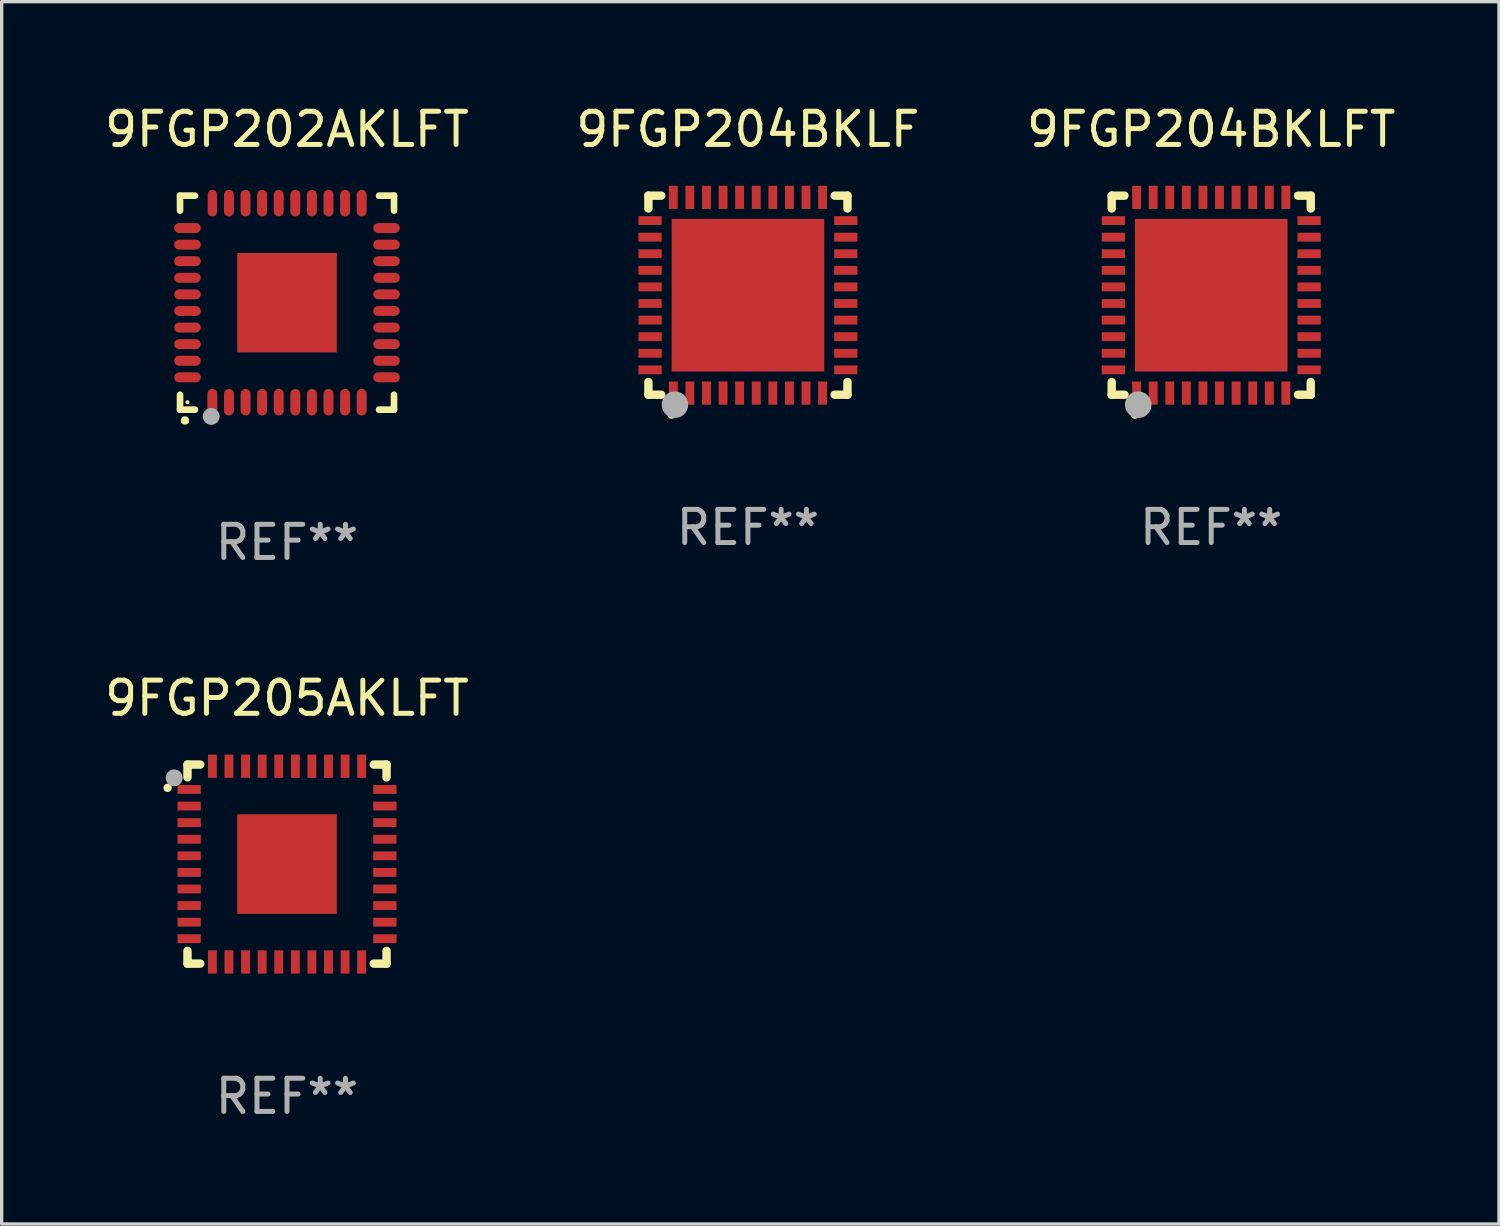
<source format=kicad_pcb>
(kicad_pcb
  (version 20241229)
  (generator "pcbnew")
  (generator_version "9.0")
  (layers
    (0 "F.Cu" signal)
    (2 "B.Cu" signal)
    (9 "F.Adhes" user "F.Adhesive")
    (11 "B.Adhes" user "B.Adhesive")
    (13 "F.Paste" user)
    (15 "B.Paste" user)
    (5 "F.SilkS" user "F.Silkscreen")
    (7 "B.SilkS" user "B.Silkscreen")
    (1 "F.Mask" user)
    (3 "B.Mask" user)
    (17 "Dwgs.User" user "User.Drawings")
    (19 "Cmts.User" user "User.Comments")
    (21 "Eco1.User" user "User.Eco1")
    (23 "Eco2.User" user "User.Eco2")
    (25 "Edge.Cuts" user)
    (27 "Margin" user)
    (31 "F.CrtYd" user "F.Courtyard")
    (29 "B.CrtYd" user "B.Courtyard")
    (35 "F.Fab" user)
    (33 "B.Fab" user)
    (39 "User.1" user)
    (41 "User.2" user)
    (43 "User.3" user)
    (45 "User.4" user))
  (footprint "9FGP204BKLF"
    (layer "F.Cu")
    (at 19.494 5.848)
    (property "Reference" "9FGP204BKLF" (at 0 -5 0) (layer "F.SilkS") (effects (font (size 1 1) (thickness 0.15))))
    (attr through_hole)
    (fp_line (start -3 -3) (end -2.615 -3) (stroke (width 0.254) (type solid)) (layer "F.SilkS"))
    (fp_line (start -3 -2.615) (end -3 -3) (stroke (width 0.254) (type solid)) (layer "F.SilkS"))
    (fp_line (start -3 3) (end -3 2.615) (stroke (width 0.254) (type solid)) (layer "F.SilkS"))
    (fp_line (start -2.615 3) (end -3 3) (stroke (width 0.254) (type solid)) (layer "F.SilkS"))
    (fp_line (start 2.615 -3) (end 3 -3) (stroke (width 0.254) (type solid)) (layer "F.SilkS"))
    (fp_line (start 3 -3) (end 3 -2.615) (stroke (width 0.254) (type solid)) (layer "F.SilkS"))
    (fp_line (start 3 2.615) (end 3 3) (stroke (width 0.254) (type solid)) (layer "F.SilkS"))
    (fp_line (start 3 3) (end 2.615 3) (stroke (width 0.254) (type solid)) (layer "F.SilkS"))
    (fp_arc (start -2.3 3.6) (mid -2.29873 3.599994) (end -2.29746 3.6) (stroke (width 0.24892) (type solid)) (layer "F.SilkS"))
    (fp_circle (center -3 3) (end -2.97 3) (stroke (width 0.06) (type solid)) (fill no) (layer "F.SilkS"))
    (fp_circle (center -2.2 3.3) (end -2 3.3) (stroke (width 0.4) (type solid)) (fill no) (layer "F.Fab"))
    (fp_text user "REF**" (at 0 7 0) (layer "F.Fab") (effects (font (size 1 1) (thickness 0.15))))
    (pad "1" smd rect (at -2.25 2.95) (size 0.267 0.7) (layers "F.Cu" "F.Mask" "F.Paste"))
    (pad "2" smd rect (at -1.75 2.95) (size 0.267 0.7) (layers "F.Cu" "F.Mask" "F.Paste"))
    (pad "3" smd rect (at -1.25 2.95) (size 0.267 0.7) (layers "F.Cu" "F.Mask" "F.Paste"))
    (pad "4" smd rect (at -0.75 2.95) (size 0.267 0.7) (layers "F.Cu" "F.Mask" "F.Paste"))
    (pad "5" smd rect (at -0.25 2.95) (size 0.267 0.7) (layers "F.Cu" "F.Mask" "F.Paste"))
    (pad "6" smd rect (at 0.25 2.95) (size 0.267 0.7) (layers "F.Cu" "F.Mask" "F.Paste"))
    (pad "7" smd rect (at 0.75 2.95) (size 0.267 0.7) (layers "F.Cu" "F.Mask" "F.Paste"))
    (pad "8" smd rect (at 1.25 2.95) (size 0.267 0.7) (layers "F.Cu" "F.Mask" "F.Paste"))
    (pad "9" smd rect (at 1.75 2.95) (size 0.267 0.7) (layers "F.Cu" "F.Mask" "F.Paste"))
    (pad "10" smd rect (at 2.25 2.95) (size 0.267 0.7) (layers "F.Cu" "F.Mask" "F.Paste"))
    (pad "11" smd rect (at 2.95 2.25) (size 0.7 0.267) (layers "F.Cu" "F.Mask" "F.Paste"))
    (pad "12" smd rect (at 2.95 1.75) (size 0.7 0.267) (layers "F.Cu" "F.Mask" "F.Paste"))
    (pad "13" smd rect (at 2.95 1.25) (size 0.7 0.267) (layers "F.Cu" "F.Mask" "F.Paste"))
    (pad "14" smd rect (at 2.95 0.75) (size 0.7 0.267) (layers "F.Cu" "F.Mask" "F.Paste"))
    (pad "15" smd rect (at 2.95 0.25) (size 0.7 0.267) (layers "F.Cu" "F.Mask" "F.Paste"))
    (pad "16" smd rect (at 2.95 -0.25) (size 0.7 0.267) (layers "F.Cu" "F.Mask" "F.Paste"))
    (pad "17" smd rect (at 2.95 -0.75) (size 0.7 0.267) (layers "F.Cu" "F.Mask" "F.Paste"))
    (pad "18" smd rect (at 2.95 -1.25) (size 0.7 0.267) (layers "F.Cu" "F.Mask" "F.Paste"))
    (pad "19" smd rect (at 2.95 -1.75) (size 0.7 0.267) (layers "F.Cu" "F.Mask" "F.Paste"))
    (pad "20" smd rect (at 2.95 -2.25) (size 0.7 0.267) (layers "F.Cu" "F.Mask" "F.Paste"))
    (pad "21" smd rect (at 2.25 -2.95) (size 0.267 0.7) (layers "F.Cu" "F.Mask" "F.Paste"))
    (pad "22" smd rect (at 1.75 -2.95) (size 0.267 0.7) (layers "F.Cu" "F.Mask" "F.Paste"))
    (pad "23" smd rect (at 1.25 -2.95) (size 0.267 0.7) (layers "F.Cu" "F.Mask" "F.Paste"))
    (pad "24" smd rect (at 0.75 -2.95) (size 0.267 0.7) (layers "F.Cu" "F.Mask" "F.Paste"))
    (pad "25" smd rect (at 0.25 -2.95) (size 0.267 0.7) (layers "F.Cu" "F.Mask" "F.Paste"))
    (pad "26" smd rect (at -0.25 -2.95) (size 0.267 0.7) (layers "F.Cu" "F.Mask" "F.Paste"))
    (pad "27" smd rect (at -0.75 -2.95) (size 0.267 0.7) (layers "F.Cu" "F.Mask" "F.Paste"))
    (pad "28" smd rect (at -1.25 -2.95) (size 0.267 0.7) (layers "F.Cu" "F.Mask" "F.Paste"))
    (pad "29" smd rect (at -1.75 -2.95) (size 0.267 0.7) (layers "F.Cu" "F.Mask" "F.Paste"))
    (pad "30" smd rect (at -2.25 -2.95) (size 0.267 0.7) (layers "F.Cu" "F.Mask" "F.Paste"))
    (pad "31" smd rect (at -2.95 -2.25) (size 0.7 0.267) (layers "F.Cu" "F.Mask" "F.Paste"))
    (pad "32" smd rect (at -2.95 -1.75) (size 0.7 0.267) (layers "F.Cu" "F.Mask" "F.Paste"))
    (pad "33" smd rect (at -2.95 -1.25) (size 0.7 0.267) (layers "F.Cu" "F.Mask" "F.Paste"))
    (pad "34" smd rect (at -2.95 -0.75) (size 0.7 0.267) (layers "F.Cu" "F.Mask" "F.Paste"))
    (pad "35" smd rect (at -2.95 -0.25) (size 0.7 0.267) (layers "F.Cu" "F.Mask" "F.Paste"))
    (pad "36" smd rect (at -2.95 0.25) (size 0.7 0.267) (layers "F.Cu" "F.Mask" "F.Paste"))
    (pad "37" smd rect (at -2.95 0.75) (size 0.7 0.267) (layers "F.Cu" "F.Mask" "F.Paste"))
    (pad "38" smd rect (at -2.95 1.25) (size 0.7 0.267) (layers "F.Cu" "F.Mask" "F.Paste"))
    (pad "39" smd rect (at -2.95 1.75) (size 0.7 0.267) (layers "F.Cu" "F.Mask" "F.Paste"))
    (pad "40" smd rect (at -2.95 2.25) (size 0.7 0.267) (layers "F.Cu" "F.Mask" "F.Paste"))
    (pad "41" smd rect (at 0.000102 0.000102) (size 4.6 4.6) (layers "F.Cu" "F.Mask" "F.Paste")))
  (footprint "9FGP202AKLFT"
    (layer "F.Cu")
    (at 5.601 6.073)
    (property "Reference" "9FGP202AKLFT" (at 0 -5.225 0) (layer "F.SilkS") (effects (font (size 1 1) (thickness 0.15))))
    (attr through_hole)
    (fp_line (start -3.225 -3.225) (end -2.775 -3.225) (stroke (width 0.2) (type solid)) (layer "F.SilkS"))
    (fp_line (start -3.225 -2.775) (end -3.225 -3.225) (stroke (width 0.2) (type solid)) (layer "F.SilkS"))
    (fp_line (start -3.225 3.225) (end -3.225 2.775) (stroke (width 0.2) (type solid)) (layer "F.SilkS"))
    (fp_line (start -2.775 3.225) (end -3.225 3.225) (stroke (width 0.2) (type solid)) (layer "F.SilkS"))
    (fp_line (start 2.775 3.225) (end 3.225 3.225) (stroke (width 0.2) (type solid)) (layer "F.SilkS"))
    (fp_line (start 3.225 -3.225) (end 2.775 -3.225) (stroke (width 0.2) (type solid)) (layer "F.SilkS"))
    (fp_line (start 3.225 -2.775) (end 3.225 -3.225) (stroke (width 0.2) (type solid)) (layer "F.SilkS"))
    (fp_line (start 3.225 3.225) (end 3.225 2.775) (stroke (width 0.2) (type solid)) (layer "F.SilkS"))
    (fp_arc (start -3.075946 3.55094) (mid -3.074676 3.550934) (end -3.073406 3.55094) (stroke (width 0.25) (type solid)) (layer "F.SilkS"))
    (fp_circle (center -3 3) (end -2.97 3) (stroke (width 0.06) (type solid)) (fill no) (layer "F.SilkS"))
    (fp_circle (center -2.286 3.429) (end -2.159 3.429) (stroke (width 0.254) (type solid)) (fill no) (layer "F.Fab"))
    (fp_text user "REF**" (at 0 7.225 0) (layer "F.Fab") (effects (font (size 1 1) (thickness 0.15))))
    (pad "1" smd oval (at -2.25 3 180) (size 0.3 0.8) (layers "F.Cu" "F.Mask" "F.Paste"))
    (pad "2" smd oval (at -1.75 3 180) (size 0.3 0.8) (layers "F.Cu" "F.Mask" "F.Paste"))
    (pad "3" smd oval (at -1.25 3 180) (size 0.3 0.8) (layers "F.Cu" "F.Mask" "F.Paste"))
    (pad "4" smd oval (at -0.75 3 180) (size 0.3 0.8) (layers "F.Cu" "F.Mask" "F.Paste"))
    (pad "5" smd oval (at -0.25 3 180) (size 0.3 0.8) (layers "F.Cu" "F.Mask" "F.Paste"))
    (pad "6" smd oval (at 0.25 3 180) (size 0.3 0.8) (layers "F.Cu" "F.Mask" "F.Paste"))
    (pad "7" smd oval (at 0.75 3 180) (size 0.3 0.8) (layers "F.Cu" "F.Mask" "F.Paste"))
    (pad "8" smd oval (at 1.25 3 180) (size 0.3 0.8) (layers "F.Cu" "F.Mask" "F.Paste"))
    (pad "9" smd oval (at 1.75 3 180) (size 0.3 0.8) (layers "F.Cu" "F.Mask" "F.Paste"))
    (pad "10" smd oval (at 2.25 3 180) (size 0.3 0.8) (layers "F.Cu" "F.Mask" "F.Paste"))
    (pad "11" smd oval (at 3 2.25 90) (size 0.3 0.8) (layers "F.Cu" "F.Mask" "F.Paste"))
    (pad "12" smd oval (at 3 1.75 90) (size 0.3 0.8) (layers "F.Cu" "F.Mask" "F.Paste"))
    (pad "13" smd oval (at 3 1.25 90) (size 0.3 0.8) (layers "F.Cu" "F.Mask" "F.Paste"))
    (pad "14" smd oval (at 3 0.75 90) (size 0.3 0.8) (layers "F.Cu" "F.Mask" "F.Paste"))
    (pad "15" smd oval (at 3 0.25 90) (size 0.3 0.8) (layers "F.Cu" "F.Mask" "F.Paste"))
    (pad "16" smd oval (at 3 -0.25 90) (size 0.3 0.8) (layers "F.Cu" "F.Mask" "F.Paste"))
    (pad "17" smd oval (at 3 -0.75 90) (size 0.3 0.8) (layers "F.Cu" "F.Mask" "F.Paste"))
    (pad "18" smd oval (at 3 -1.25 90) (size 0.3 0.8) (layers "F.Cu" "F.Mask" "F.Paste"))
    (pad "19" smd oval (at 3 -1.75 90) (size 0.3 0.8) (layers "F.Cu" "F.Mask" "F.Paste"))
    (pad "20" smd oval (at 3 -2.25 90) (size 0.3 0.8) (layers "F.Cu" "F.Mask" "F.Paste"))
    (pad "21" smd oval (at 2.25 -3 180) (size 0.3 0.8) (layers "F.Cu" "F.Mask" "F.Paste"))
    (pad "22" smd oval (at 1.75 -3 180) (size 0.3 0.8) (layers "F.Cu" "F.Mask" "F.Paste"))
    (pad "23" smd oval (at 1.25 -3 180) (size 0.3 0.8) (layers "F.Cu" "F.Mask" "F.Paste"))
    (pad "24" smd oval (at 0.75 -3 180) (size 0.3 0.8) (layers "F.Cu" "F.Mask" "F.Paste"))
    (pad "25" smd oval (at 0.25 -3 180) (size 0.3 0.8) (layers "F.Cu" "F.Mask" "F.Paste"))
    (pad "26" smd oval (at -0.25 -3 180) (size 0.3 0.8) (layers "F.Cu" "F.Mask" "F.Paste"))
    (pad "27" smd oval (at -0.75 -3 180) (size 0.3 0.8) (layers "F.Cu" "F.Mask" "F.Paste"))
    (pad "28" smd oval (at -1.25 -3 180) (size 0.3 0.8) (layers "F.Cu" "F.Mask" "F.Paste"))
    (pad "29" smd oval (at -1.75 -3 180) (size 0.3 0.8) (layers "F.Cu" "F.Mask" "F.Paste"))
    (pad "30" smd oval (at -2.25 -3 180) (size 0.28 0.8) (layers "F.Cu" "F.Mask" "F.Paste"))
    (pad "31" smd oval (at -3 -2.25 90) (size 0.3 0.8) (layers "F.Cu" "F.Mask" "F.Paste"))
    (pad "32" smd oval (at -3 -1.75 90) (size 0.3 0.8) (layers "F.Cu" "F.Mask" "F.Paste"))
    (pad "33" smd oval (at -3 -1.25 90) (size 0.3 0.8) (layers "F.Cu" "F.Mask" "F.Paste"))
    (pad "34" smd oval (at -3 -0.75 90) (size 0.3 0.8) (layers "F.Cu" "F.Mask" "F.Paste"))
    (pad "35" smd oval (at -3 -0.25 90) (size 0.3 0.8) (layers "F.Cu" "F.Mask" "F.Paste"))
    (pad "36" smd oval (at -3 0.25 90) (size 0.3 0.8) (layers "F.Cu" "F.Mask" "F.Paste"))
    (pad "37" smd oval (at -3 0.75 90) (size 0.3 0.8) (layers "F.Cu" "F.Mask" "F.Paste"))
    (pad "38" smd oval (at -3 1.25 90) (size 0.3 0.8) (layers "F.Cu" "F.Mask" "F.Paste"))
    (pad "39" smd oval (at -3 1.75 90) (size 0.3 0.8) (layers "F.Cu" "F.Mask" "F.Paste"))
    (pad "40" smd oval (at -3 2.25 90) (size 0.3 0.8) (layers "F.Cu" "F.Mask" "F.Paste"))
    (pad "41" smd rect (at -0.000025 -0.000013 90) (size 3 3) (layers "F.Cu" "F.Mask" "F.Paste")))
  (footprint "9FGP204BKLFT"
    (layer "F.Cu")
    (at 33.458 5.848)
    (property "Reference" "9FGP204BKLFT" (at 0 -5 0) (layer "F.SilkS") (effects (font (size 1 1) (thickness 0.15))))
    (attr through_hole)
    (fp_line (start -3 -3) (end -2.615 -3) (stroke (width 0.254) (type solid)) (layer "F.SilkS"))
    (fp_line (start -3 -2.615) (end -3 -3) (stroke (width 0.254) (type solid)) (layer "F.SilkS"))
    (fp_line (start -3 3) (end -3 2.615) (stroke (width 0.254) (type solid)) (layer "F.SilkS"))
    (fp_line (start -2.615 3) (end -3 3) (stroke (width 0.254) (type solid)) (layer "F.SilkS"))
    (fp_line (start 2.615 -3) (end 3 -3) (stroke (width 0.254) (type solid)) (layer "F.SilkS"))
    (fp_line (start 3 -3) (end 3 -2.615) (stroke (width 0.254) (type solid)) (layer "F.SilkS"))
    (fp_line (start 3 2.615) (end 3 3) (stroke (width 0.254) (type solid)) (layer "F.SilkS"))
    (fp_line (start 3 3) (end 2.615 3) (stroke (width 0.254) (type solid)) (layer "F.SilkS"))
    (fp_arc (start -2.3 3.6) (mid -2.29873 3.599994) (end -2.29746 3.6) (stroke (width 0.24892) (type solid)) (layer "F.SilkS"))
    (fp_circle (center -3 3) (end -2.97 3) (stroke (width 0.06) (type solid)) (fill no) (layer "F.SilkS"))
    (fp_circle (center -2.2 3.3) (end -2 3.3) (stroke (width 0.4) (type solid)) (fill no) (layer "F.Fab"))
    (fp_text user "REF**" (at 0 7 0) (layer "F.Fab") (effects (font (size 1 1) (thickness 0.15))))
    (pad "1" smd rect (at -2.25 2.95) (size 0.267 0.7) (layers "F.Cu" "F.Mask" "F.Paste"))
    (pad "2" smd rect (at -1.75 2.95) (size 0.267 0.7) (layers "F.Cu" "F.Mask" "F.Paste"))
    (pad "3" smd rect (at -1.25 2.95) (size 0.267 0.7) (layers "F.Cu" "F.Mask" "F.Paste"))
    (pad "4" smd rect (at -0.75 2.95) (size 0.267 0.7) (layers "F.Cu" "F.Mask" "F.Paste"))
    (pad "5" smd rect (at -0.25 2.95) (size 0.267 0.7) (layers "F.Cu" "F.Mask" "F.Paste"))
    (pad "6" smd rect (at 0.25 2.95) (size 0.267 0.7) (layers "F.Cu" "F.Mask" "F.Paste"))
    (pad "7" smd rect (at 0.75 2.95) (size 0.267 0.7) (layers "F.Cu" "F.Mask" "F.Paste"))
    (pad "8" smd rect (at 1.25 2.95) (size 0.267 0.7) (layers "F.Cu" "F.Mask" "F.Paste"))
    (pad "9" smd rect (at 1.75 2.95) (size 0.267 0.7) (layers "F.Cu" "F.Mask" "F.Paste"))
    (pad "10" smd rect (at 2.25 2.95) (size 0.267 0.7) (layers "F.Cu" "F.Mask" "F.Paste"))
    (pad "11" smd rect (at 2.95 2.25) (size 0.7 0.267) (layers "F.Cu" "F.Mask" "F.Paste"))
    (pad "12" smd rect (at 2.95 1.75) (size 0.7 0.267) (layers "F.Cu" "F.Mask" "F.Paste"))
    (pad "13" smd rect (at 2.95 1.25) (size 0.7 0.267) (layers "F.Cu" "F.Mask" "F.Paste"))
    (pad "14" smd rect (at 2.95 0.75) (size 0.7 0.267) (layers "F.Cu" "F.Mask" "F.Paste"))
    (pad "15" smd rect (at 2.95 0.25) (size 0.7 0.267) (layers "F.Cu" "F.Mask" "F.Paste"))
    (pad "16" smd rect (at 2.95 -0.25) (size 0.7 0.267) (layers "F.Cu" "F.Mask" "F.Paste"))
    (pad "17" smd rect (at 2.95 -0.75) (size 0.7 0.267) (layers "F.Cu" "F.Mask" "F.Paste"))
    (pad "18" smd rect (at 2.95 -1.25) (size 0.7 0.267) (layers "F.Cu" "F.Mask" "F.Paste"))
    (pad "19" smd rect (at 2.95 -1.75) (size 0.7 0.267) (layers "F.Cu" "F.Mask" "F.Paste"))
    (pad "20" smd rect (at 2.95 -2.25) (size 0.7 0.267) (layers "F.Cu" "F.Mask" "F.Paste"))
    (pad "21" smd rect (at 2.25 -2.95) (size 0.267 0.7) (layers "F.Cu" "F.Mask" "F.Paste"))
    (pad "22" smd rect (at 1.75 -2.95) (size 0.267 0.7) (layers "F.Cu" "F.Mask" "F.Paste"))
    (pad "23" smd rect (at 1.25 -2.95) (size 0.267 0.7) (layers "F.Cu" "F.Mask" "F.Paste"))
    (pad "24" smd rect (at 0.75 -2.95) (size 0.267 0.7) (layers "F.Cu" "F.Mask" "F.Paste"))
    (pad "25" smd rect (at 0.25 -2.95) (size 0.267 0.7) (layers "F.Cu" "F.Mask" "F.Paste"))
    (pad "26" smd rect (at -0.25 -2.95) (size 0.267 0.7) (layers "F.Cu" "F.Mask" "F.Paste"))
    (pad "27" smd rect (at -0.75 -2.95) (size 0.267 0.7) (layers "F.Cu" "F.Mask" "F.Paste"))
    (pad "28" smd rect (at -1.25 -2.95) (size 0.267 0.7) (layers "F.Cu" "F.Mask" "F.Paste"))
    (pad "29" smd rect (at -1.75 -2.95) (size 0.267 0.7) (layers "F.Cu" "F.Mask" "F.Paste"))
    (pad "30" smd rect (at -2.25 -2.95) (size 0.267 0.7) (layers "F.Cu" "F.Mask" "F.Paste"))
    (pad "31" smd rect (at -2.95 -2.25) (size 0.7 0.267) (layers "F.Cu" "F.Mask" "F.Paste"))
    (pad "32" smd rect (at -2.95 -1.75) (size 0.7 0.267) (layers "F.Cu" "F.Mask" "F.Paste"))
    (pad "33" smd rect (at -2.95 -1.25) (size 0.7 0.267) (layers "F.Cu" "F.Mask" "F.Paste"))
    (pad "34" smd rect (at -2.95 -0.75) (size 0.7 0.267) (layers "F.Cu" "F.Mask" "F.Paste"))
    (pad "35" smd rect (at -2.95 -0.25) (size 0.7 0.267) (layers "F.Cu" "F.Mask" "F.Paste"))
    (pad "36" smd rect (at -2.95 0.25) (size 0.7 0.267) (layers "F.Cu" "F.Mask" "F.Paste"))
    (pad "37" smd rect (at -2.95 0.75) (size 0.7 0.267) (layers "F.Cu" "F.Mask" "F.Paste"))
    (pad "38" smd rect (at -2.95 1.25) (size 0.7 0.267) (layers "F.Cu" "F.Mask" "F.Paste"))
    (pad "39" smd rect (at -2.95 1.75) (size 0.7 0.267) (layers "F.Cu" "F.Mask" "F.Paste"))
    (pad "40" smd rect (at -2.95 2.25) (size 0.7 0.267) (layers "F.Cu" "F.Mask" "F.Paste"))
    (pad "41" smd rect (at 0.000102 0.000102) (size 4.6 4.6) (layers "F.Cu" "F.Mask" "F.Paste")))
  (footprint "9FGP205AKLFT"
    (layer "F.Cu")
    (at 5.601 22.995)
    (property "Reference" "9FGP205AKLFT" (at 0 -5 0) (layer "F.SilkS") (effects (font (size 1 1) (thickness 0.15))))
    (attr through_hole)
    (fp_line (start -3 -3) (end -2.615 -3) (stroke (width 0.254) (type solid)) (layer "F.SilkS"))
    (fp_line (start -3 -2.615) (end -3 -3) (stroke (width 0.254) (type solid)) (layer "F.SilkS"))
    (fp_line (start -3 3) (end -3 2.615) (stroke (width 0.254) (type solid)) (layer "F.SilkS"))
    (fp_line (start -2.615 3) (end -3 3) (stroke (width 0.254) (type solid)) (layer "F.SilkS"))
    (fp_line (start 2.615 -3) (end 3 -3) (stroke (width 0.254) (type solid)) (layer "F.SilkS"))
    (fp_line (start 3 -3) (end 3 -2.615) (stroke (width 0.254) (type solid)) (layer "F.SilkS"))
    (fp_line (start 3 2.615) (end 3 3) (stroke (width 0.254) (type solid)) (layer "F.SilkS"))
    (fp_line (start 3 3) (end 2.615 3) (stroke (width 0.254) (type solid)) (layer "F.SilkS"))
    (fp_arc (start -3.6 -2.29746) (mid -3.600006 -2.29873) (end -3.6 -2.3) (stroke (width 0.24892) (type solid)) (layer "F.SilkS"))
    (fp_circle (center -3 -3) (end -2.97 -3) (stroke (width 0.06) (type solid)) (fill no) (layer "F.SilkS"))
    (fp_circle (center -3.4 -2.6) (end -3.273 -2.6) (stroke (width 0.254) (type solid)) (fill no) (layer "F.Fab"))
    (fp_text user "REF**" (at 0 7 0) (layer "F.Fab") (effects (font (size 1 1) (thickness 0.15))))
    (pad "1" smd rect (at -2.95 -2.25 270) (size 0.267 0.7) (layers "F.Cu" "F.Mask" "F.Paste"))
    (pad "2" smd rect (at -2.95 -1.75 270) (size 0.267 0.7) (layers "F.Cu" "F.Mask" "F.Paste"))
    (pad "3" smd rect (at -2.95 -1.25 270) (size 0.267 0.7) (layers "F.Cu" "F.Mask" "F.Paste"))
    (pad "4" smd rect (at -2.95 -0.75 270) (size 0.267 0.7) (layers "F.Cu" "F.Mask" "F.Paste"))
    (pad "5" smd rect (at -2.95 -0.25 270) (size 0.267 0.7) (layers "F.Cu" "F.Mask" "F.Paste"))
    (pad "6" smd rect (at -2.95 0.25 270) (size 0.267 0.7) (layers "F.Cu" "F.Mask" "F.Paste"))
    (pad "7" smd rect (at -2.95 0.75 270) (size 0.267 0.7) (layers "F.Cu" "F.Mask" "F.Paste"))
    (pad "8" smd rect (at -2.95 1.25 270) (size 0.267 0.7) (layers "F.Cu" "F.Mask" "F.Paste"))
    (pad "9" smd rect (at -2.95 1.75 270) (size 0.267 0.7) (layers "F.Cu" "F.Mask" "F.Paste"))
    (pad "10" smd rect (at -2.95 2.25 270) (size 0.267 0.7) (layers "F.Cu" "F.Mask" "F.Paste"))
    (pad "11" smd rect (at -2.25 2.95 270) (size 0.7 0.267) (layers "F.Cu" "F.Mask" "F.Paste"))
    (pad "12" smd rect (at -1.75 2.95 270) (size 0.7 0.267) (layers "F.Cu" "F.Mask" "F.Paste"))
    (pad "13" smd rect (at -1.25 2.95 270) (size 0.7 0.267) (layers "F.Cu" "F.Mask" "F.Paste"))
    (pad "14" smd rect (at -0.75 2.95 270) (size 0.7 0.267) (layers "F.Cu" "F.Mask" "F.Paste"))
    (pad "15" smd rect (at -0.25 2.95 270) (size 0.7 0.267) (layers "F.Cu" "F.Mask" "F.Paste"))
    (pad "16" smd rect (at 0.25 2.95 270) (size 0.7 0.267) (layers "F.Cu" "F.Mask" "F.Paste"))
    (pad "17" smd rect (at 0.75 2.95 270) (size 0.7 0.267) (layers "F.Cu" "F.Mask" "F.Paste"))
    (pad "18" smd rect (at 1.25 2.95 270) (size 0.7 0.267) (layers "F.Cu" "F.Mask" "F.Paste"))
    (pad "19" smd rect (at 1.75 2.95 270) (size 0.7 0.267) (layers "F.Cu" "F.Mask" "F.Paste"))
    (pad "20" smd rect (at 2.25 2.95 270) (size 0.7 0.267) (layers "F.Cu" "F.Mask" "F.Paste"))
    (pad "21" smd rect (at 2.95 2.25 270) (size 0.267 0.7) (layers "F.Cu" "F.Mask" "F.Paste"))
    (pad "22" smd rect (at 2.95 1.75 270) (size 0.267 0.7) (layers "F.Cu" "F.Mask" "F.Paste"))
    (pad "23" smd rect (at 2.95 1.25 270) (size 0.267 0.7) (layers "F.Cu" "F.Mask" "F.Paste"))
    (pad "24" smd rect (at 2.95 0.75 270) (size 0.267 0.7) (layers "F.Cu" "F.Mask" "F.Paste"))
    (pad "25" smd rect (at 2.95 0.25 270) (size 0.267 0.7) (layers "F.Cu" "F.Mask" "F.Paste"))
    (pad "26" smd rect (at 2.95 -0.25 270) (size 0.267 0.7) (layers "F.Cu" "F.Mask" "F.Paste"))
    (pad "27" smd rect (at 2.95 -0.75 270) (size 0.267 0.7) (layers "F.Cu" "F.Mask" "F.Paste"))
    (pad "28" smd rect (at 2.95 -1.25 270) (size 0.267 0.7) (layers "F.Cu" "F.Mask" "F.Paste"))
    (pad "29" smd rect (at 2.95 -1.75 270) (size 0.267 0.7) (layers "F.Cu" "F.Mask" "F.Paste"))
    (pad "30" smd rect (at 2.95 -2.25 270) (size 0.267 0.7) (layers "F.Cu" "F.Mask" "F.Paste"))
    (pad "31" smd rect (at 2.25 -2.95 270) (size 0.7 0.267) (layers "F.Cu" "F.Mask" "F.Paste"))
    (pad "32" smd rect (at 1.75 -2.95 270) (size 0.7 0.267) (layers "F.Cu" "F.Mask" "F.Paste"))
    (pad "33" smd rect (at 1.25 -2.95 270) (size 0.7 0.267) (layers "F.Cu" "F.Mask" "F.Paste"))
    (pad "34" smd rect (at 0.75 -2.95 270) (size 0.7 0.267) (layers "F.Cu" "F.Mask" "F.Paste"))
    (pad "35" smd rect (at 0.25 -2.95 270) (size 0.7 0.267) (layers "F.Cu" "F.Mask" "F.Paste"))
    (pad "36" smd rect (at -0.25 -2.95 270) (size 0.7 0.267) (layers "F.Cu" "F.Mask" "F.Paste"))
    (pad "37" smd rect (at -0.75 -2.95 270) (size 0.7 0.267) (layers "F.Cu" "F.Mask" "F.Paste"))
    (pad "38" smd rect (at -1.25 -2.95 270) (size 0.7 0.267) (layers "F.Cu" "F.Mask" "F.Paste"))
    (pad "39" smd rect (at -1.75 -2.95 270) (size 0.7 0.267) (layers "F.Cu" "F.Mask" "F.Paste"))
    (pad "40" smd rect (at -2.25 -2.95 270) (size 0.7 0.267) (layers "F.Cu" "F.Mask" "F.Paste"))
    (pad "41" smd rect (at -0.000127 0.000076 270) (size 3 3) (layers "F.Cu" "F.Mask" "F.Paste")))
  (gr_rect
    (start -3 -3)
    (end 42.131 33.843)
    (stroke (width 0.1) (type default))
    (fill no)
    (layer "Edge.Cuts")))
</source>
